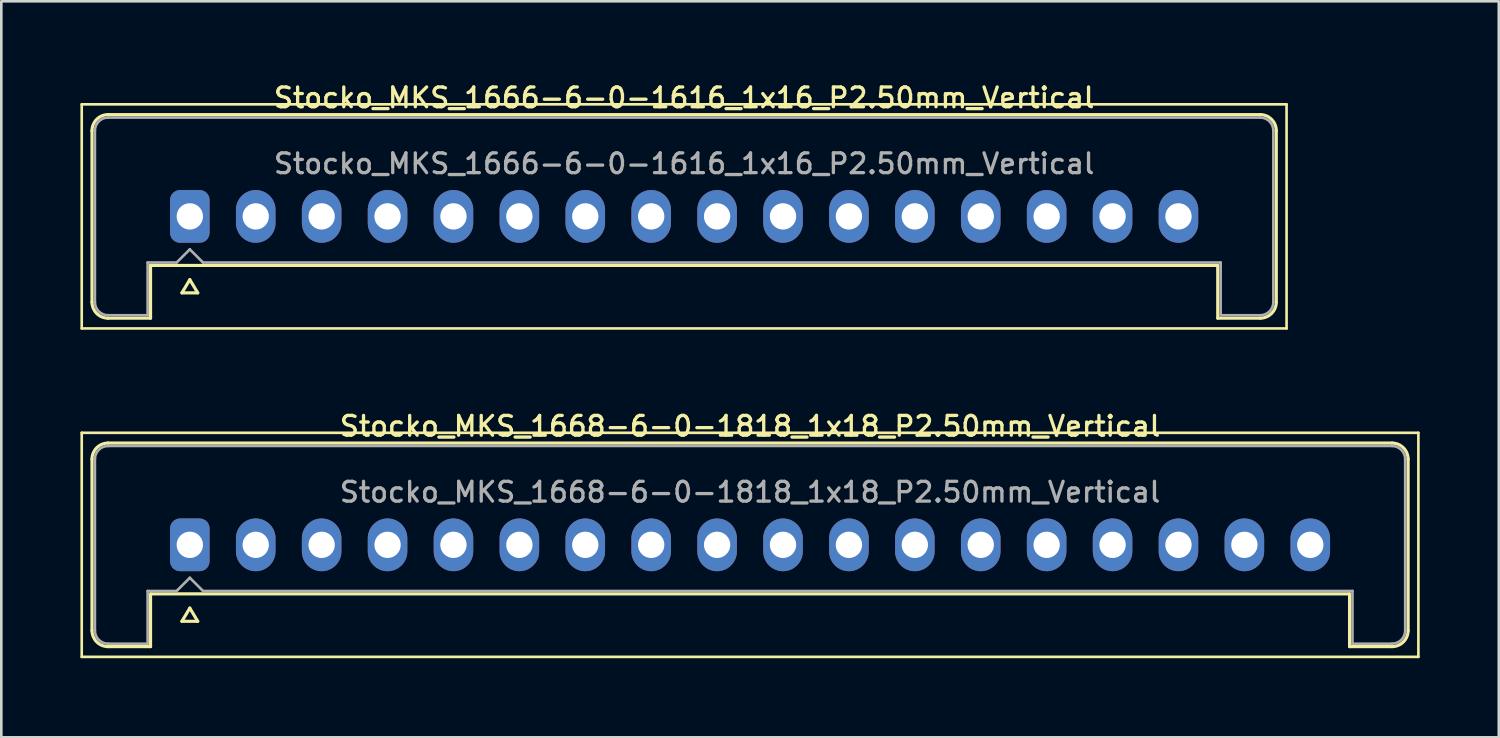
<source format=kicad_pcb>
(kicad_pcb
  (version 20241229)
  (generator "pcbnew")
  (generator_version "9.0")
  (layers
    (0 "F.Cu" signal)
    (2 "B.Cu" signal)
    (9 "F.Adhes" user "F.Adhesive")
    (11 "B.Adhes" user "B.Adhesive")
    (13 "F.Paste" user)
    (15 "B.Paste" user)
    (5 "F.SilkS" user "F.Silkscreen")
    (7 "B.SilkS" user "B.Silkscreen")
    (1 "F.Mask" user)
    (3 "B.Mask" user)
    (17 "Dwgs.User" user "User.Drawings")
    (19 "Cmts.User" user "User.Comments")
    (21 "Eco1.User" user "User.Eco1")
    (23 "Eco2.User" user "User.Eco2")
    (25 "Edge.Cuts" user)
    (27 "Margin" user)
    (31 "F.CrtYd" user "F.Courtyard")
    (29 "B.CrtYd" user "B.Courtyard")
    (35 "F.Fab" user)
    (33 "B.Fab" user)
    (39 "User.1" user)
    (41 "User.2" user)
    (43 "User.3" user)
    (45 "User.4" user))
  (footprint "Stocko_MKS_1668-6-0-1818_1x18_P2.50mm_Vertical"
    (layer "F.Cu")
    (at 4.15 17.616)
    (property "Reference" "Stocko_MKS_1668-6-0-1818_1x18_P2.50mm_Vertical" (at 21.25 -4.5 0) (layer "F.SilkS") (effects (font (size 0.75 0.75) (thickness 0.125))))
    (attr through_hole)
    (fp_line (start -4.1 -4.25) (end -4.1 4.25) (stroke (width 0.1) (type solid)) (layer "F.SilkS"))
    (fp_line (start -4.1 4.25) (end 46.6 4.25) (stroke (width 0.1) (type solid)) (layer "F.SilkS"))
    (fp_line (start -3.71 -3.25) (end -3.71 3.25) (stroke (width 0.12) (type solid)) (layer "F.SilkS"))
    (fp_line (start -3.1 -3.86) (end 45.6 -3.86) (stroke (width 0.12) (type solid)) (layer "F.SilkS"))
    (fp_line (start -3.1 3.86) (end -1.49 3.86) (stroke (width 0.12) (type solid)) (layer "F.SilkS"))
    (fp_line (start -1.49 1.86) (end 43.99 1.86) (stroke (width 0.12) (type solid)) (layer "F.SilkS"))
    (fp_line (start -1.49 3.86) (end -1.49 1.86) (stroke (width 0.12) (type solid)) (layer "F.SilkS"))
    (fp_line (start -0.3 2.9) (end 0.3 2.9) (stroke (width 0.12) (type solid)) (layer "F.SilkS"))
    (fp_line (start 0 2.4) (end -0.3 2.9) (stroke (width 0.12) (type solid)) (layer "F.SilkS"))
    (fp_line (start 0.3 2.9) (end 0 2.4) (stroke (width 0.12) (type solid)) (layer "F.SilkS"))
    (fp_line (start 43.99 3.86) (end 43.99 1.86) (stroke (width 0.12) (type solid)) (layer "F.SilkS"))
    (fp_line (start 45.6 3.86) (end 43.99 3.86) (stroke (width 0.12) (type solid)) (layer "F.SilkS"))
    (fp_line (start 46.21 -3.25) (end 46.21 3.25) (stroke (width 0.12) (type solid)) (layer "F.SilkS"))
    (fp_line (start 46.6 -4.25) (end -4.1 -4.25) (stroke (width 0.1) (type solid)) (layer "F.SilkS"))
    (fp_line (start 46.6 4.25) (end 46.6 -4.25) (stroke (width 0.1) (type solid)) (layer "F.SilkS"))
    (fp_arc (start -3.71 -3.25) (mid -3.531335 -3.681335) (end -3.1 -3.86) (stroke (width 0.12) (type solid)) (layer "F.SilkS"))
    (fp_arc (start -3.1 3.86) (mid -3.531335 3.681335) (end -3.71 3.25) (stroke (width 0.12) (type solid)) (layer "F.SilkS"))
    (fp_arc (start 45.6 -3.86) (mid 46.031335 -3.681335) (end 46.21 -3.25) (stroke (width 0.12) (type solid)) (layer "F.SilkS"))
    (fp_arc (start 46.21 3.25) (mid 46.031335 3.681335) (end 45.6 3.86) (stroke (width 0.12) (type solid)) (layer "F.SilkS"))
    (fp_line (start -3.6 -3.25) (end -3.6 3.25) (stroke (width 0.1) (type solid)) (layer "F.Fab"))
    (fp_line (start -3.1 -3.75) (end 45.6 -3.75) (stroke (width 0.1) (type solid)) (layer "F.Fab"))
    (fp_line (start -3.1 3.75) (end -1.6 3.75) (stroke (width 0.1) (type solid)) (layer "F.Fab"))
    (fp_line (start -1.6 1.75) (end -0.5 1.75) (stroke (width 0.1) (type solid)) (layer "F.Fab"))
    (fp_line (start -1.6 3.75) (end -1.6 1.75) (stroke (width 0.1) (type solid)) (layer "F.Fab"))
    (fp_line (start -0.5 1.75) (end 0 1.25) (stroke (width 0.1) (type solid)) (layer "F.Fab"))
    (fp_line (start 0 1.25) (end 0.5 1.75) (stroke (width 0.1) (type solid)) (layer "F.Fab"))
    (fp_line (start 0.5 1.75) (end 44.1 1.75) (stroke (width 0.1) (type solid)) (layer "F.Fab"))
    (fp_line (start 44.1 3.75) (end 44.1 1.75) (stroke (width 0.1) (type solid)) (layer "F.Fab"))
    (fp_line (start 45.6 3.75) (end 44.1 3.75) (stroke (width 0.1) (type solid)) (layer "F.Fab"))
    (fp_line (start 46.1 -3.25) (end 46.1 3.25) (stroke (width 0.1) (type solid)) (layer "F.Fab"))
    (fp_arc (start -3.6 -3.25) (mid -3.453553 -3.603553) (end -3.1 -3.75) (stroke (width 0.1) (type solid)) (layer "F.Fab"))
    (fp_arc (start -3.1 3.75) (mid -3.453553 3.603553) (end -3.6 3.25) (stroke (width 0.1) (type solid)) (layer "F.Fab"))
    (fp_arc (start 45.6 -3.75) (mid 45.953553 -3.603553) (end 46.1 -3.25) (stroke (width 0.1) (type solid)) (layer "F.Fab"))
    (fp_arc (start 46.1 3.25) (mid 45.953553 3.603553) (end 45.6 3.75) (stroke (width 0.1) (type solid)) (layer "F.Fab"))
    (fp_text user "${REFERENCE}" (at 21.25 -2 0) (layer "F.Fab") (effects (font (size 0.75 0.75) (thickness 0.125))))
    (pad "1" thru_hole roundrect (at 0 0) (size 1.5 2) (drill 1) (layers "*.Cu" "*.Mask") (roundrect_rratio 0.25))
    (pad "2" thru_hole oval (at 2.5 0) (size 1.5 2) (drill 1) (layers "*.Cu" "*.Mask"))
    (pad "3" thru_hole oval (at 5 0) (size 1.5 2) (drill 1) (layers "*.Cu" "*.Mask"))
    (pad "4" thru_hole oval (at 7.5 0) (size 1.5 2) (drill 1) (layers "*.Cu" "*.Mask"))
    (pad "5" thru_hole oval (at 10 0) (size 1.5 2) (drill 1) (layers "*.Cu" "*.Mask"))
    (pad "6" thru_hole oval (at 12.5 0) (size 1.5 2) (drill 1) (layers "*.Cu" "*.Mask"))
    (pad "7" thru_hole oval (at 15 0) (size 1.5 2) (drill 1) (layers "*.Cu" "*.Mask"))
    (pad "8" thru_hole oval (at 17.5 0) (size 1.5 2) (drill 1) (layers "*.Cu" "*.Mask"))
    (pad "9" thru_hole oval (at 20 0) (size 1.5 2) (drill 1) (layers "*.Cu" "*.Mask"))
    (pad "10" thru_hole oval (at 22.5 0) (size 1.5 2) (drill 1) (layers "*.Cu" "*.Mask"))
    (pad "11" thru_hole oval (at 25 0) (size 1.5 2) (drill 1) (layers "*.Cu" "*.Mask"))
    (pad "12" thru_hole oval (at 27.5 0) (size 1.5 2) (drill 1) (layers "*.Cu" "*.Mask"))
    (pad "13" thru_hole oval (at 30 0) (size 1.5 2) (drill 1) (layers "*.Cu" "*.Mask"))
    (pad "14" thru_hole oval (at 32.5 0) (size 1.5 2) (drill 1) (layers "*.Cu" "*.Mask"))
    (pad "15" thru_hole oval (at 35 0) (size 1.5 2) (drill 1) (layers "*.Cu" "*.Mask"))
    (pad "16" thru_hole oval (at 37.5 0) (size 1.5 2) (drill 1) (layers "*.Cu" "*.Mask"))
    (pad "17" thru_hole oval (at 40 0) (size 1.5 2) (drill 1) (layers "*.Cu" "*.Mask"))
    (pad "18" thru_hole oval (at 42.5 0) (size 1.5 2) (drill 1) (layers "*.Cu" "*.Mask")))
  (footprint "Stocko_MKS_1666-6-0-1616_1x16_P2.50mm_Vertical"
    (layer "F.Cu")
    (at 4.15 5.158)
    (property "Reference" "Stocko_MKS_1666-6-0-1616_1x16_P2.50mm_Vertical" (at 18.75 -4.5 0) (layer "F.SilkS") (effects (font (size 0.75 0.75) (thickness 0.125))))
    (attr through_hole)
    (fp_line (start -4.1 -4.25) (end -4.1 4.25) (stroke (width 0.1) (type solid)) (layer "F.SilkS"))
    (fp_line (start -4.1 4.25) (end 41.6 4.25) (stroke (width 0.1) (type solid)) (layer "F.SilkS"))
    (fp_line (start -3.71 -3.25) (end -3.71 3.25) (stroke (width 0.12) (type solid)) (layer "F.SilkS"))
    (fp_line (start -3.1 -3.86) (end 40.6 -3.86) (stroke (width 0.12) (type solid)) (layer "F.SilkS"))
    (fp_line (start -3.1 3.86) (end -1.49 3.86) (stroke (width 0.12) (type solid)) (layer "F.SilkS"))
    (fp_line (start -1.49 1.86) (end 38.99 1.86) (stroke (width 0.12) (type solid)) (layer "F.SilkS"))
    (fp_line (start -1.49 3.86) (end -1.49 1.86) (stroke (width 0.12) (type solid)) (layer "F.SilkS"))
    (fp_line (start -0.3 2.9) (end 0.3 2.9) (stroke (width 0.12) (type solid)) (layer "F.SilkS"))
    (fp_line (start 0 2.4) (end -0.3 2.9) (stroke (width 0.12) (type solid)) (layer "F.SilkS"))
    (fp_line (start 0.3 2.9) (end 0 2.4) (stroke (width 0.12) (type solid)) (layer "F.SilkS"))
    (fp_line (start 38.99 3.86) (end 38.99 1.86) (stroke (width 0.12) (type solid)) (layer "F.SilkS"))
    (fp_line (start 40.6 3.86) (end 38.99 3.86) (stroke (width 0.12) (type solid)) (layer "F.SilkS"))
    (fp_line (start 41.21 -3.25) (end 41.21 3.25) (stroke (width 0.12) (type solid)) (layer "F.SilkS"))
    (fp_line (start 41.6 -4.25) (end -4.1 -4.25) (stroke (width 0.1) (type solid)) (layer "F.SilkS"))
    (fp_line (start 41.6 4.25) (end 41.6 -4.25) (stroke (width 0.1) (type solid)) (layer "F.SilkS"))
    (fp_arc (start -3.71 -3.25) (mid -3.531335 -3.681335) (end -3.1 -3.86) (stroke (width 0.12) (type solid)) (layer "F.SilkS"))
    (fp_arc (start -3.1 3.86) (mid -3.531335 3.681335) (end -3.71 3.25) (stroke (width 0.12) (type solid)) (layer "F.SilkS"))
    (fp_arc (start 40.6 -3.86) (mid 41.031335 -3.681335) (end 41.21 -3.25) (stroke (width 0.12) (type solid)) (layer "F.SilkS"))
    (fp_arc (start 41.21 3.25) (mid 41.031335 3.681335) (end 40.6 3.86) (stroke (width 0.12) (type solid)) (layer "F.SilkS"))
    (fp_line (start -3.6 -3.25) (end -3.6 3.25) (stroke (width 0.1) (type solid)) (layer "F.Fab"))
    (fp_line (start -3.1 -3.75) (end 40.6 -3.75) (stroke (width 0.1) (type solid)) (layer "F.Fab"))
    (fp_line (start -3.1 3.75) (end -1.6 3.75) (stroke (width 0.1) (type solid)) (layer "F.Fab"))
    (fp_line (start -1.6 1.75) (end -0.5 1.75) (stroke (width 0.1) (type solid)) (layer "F.Fab"))
    (fp_line (start -1.6 3.75) (end -1.6 1.75) (stroke (width 0.1) (type solid)) (layer "F.Fab"))
    (fp_line (start -0.5 1.75) (end 0 1.25) (stroke (width 0.1) (type solid)) (layer "F.Fab"))
    (fp_line (start 0 1.25) (end 0.5 1.75) (stroke (width 0.1) (type solid)) (layer "F.Fab"))
    (fp_line (start 0.5 1.75) (end 39.1 1.75) (stroke (width 0.1) (type solid)) (layer "F.Fab"))
    (fp_line (start 39.1 3.75) (end 39.1 1.75) (stroke (width 0.1) (type solid)) (layer "F.Fab"))
    (fp_line (start 40.6 3.75) (end 39.1 3.75) (stroke (width 0.1) (type solid)) (layer "F.Fab"))
    (fp_line (start 41.1 -3.25) (end 41.1 3.25) (stroke (width 0.1) (type solid)) (layer "F.Fab"))
    (fp_arc (start -3.6 -3.25) (mid -3.453553 -3.603553) (end -3.1 -3.75) (stroke (width 0.1) (type solid)) (layer "F.Fab"))
    (fp_arc (start -3.1 3.75) (mid -3.453553 3.603553) (end -3.6 3.25) (stroke (width 0.1) (type solid)) (layer "F.Fab"))
    (fp_arc (start 40.6 -3.75) (mid 40.953553 -3.603553) (end 41.1 -3.25) (stroke (width 0.1) (type solid)) (layer "F.Fab"))
    (fp_arc (start 41.1 3.25) (mid 40.953553 3.603553) (end 40.6 3.75) (stroke (width 0.1) (type solid)) (layer "F.Fab"))
    (fp_text user "${REFERENCE}" (at 18.75 -2 0) (layer "F.Fab") (effects (font (size 0.75 0.75) (thickness 0.125))))
    (pad "1" thru_hole roundrect (at 0 0) (size 1.5 2) (drill 1) (layers "*.Cu" "*.Mask") (roundrect_rratio 0.25))
    (pad "2" thru_hole oval (at 2.5 0) (size 1.5 2) (drill 1) (layers "*.Cu" "*.Mask"))
    (pad "3" thru_hole oval (at 5 0) (size 1.5 2) (drill 1) (layers "*.Cu" "*.Mask"))
    (pad "4" thru_hole oval (at 7.5 0) (size 1.5 2) (drill 1) (layers "*.Cu" "*.Mask"))
    (pad "5" thru_hole oval (at 10 0) (size 1.5 2) (drill 1) (layers "*.Cu" "*.Mask"))
    (pad "6" thru_hole oval (at 12.5 0) (size 1.5 2) (drill 1) (layers "*.Cu" "*.Mask"))
    (pad "7" thru_hole oval (at 15 0) (size 1.5 2) (drill 1) (layers "*.Cu" "*.Mask"))
    (pad "8" thru_hole oval (at 17.5 0) (size 1.5 2) (drill 1) (layers "*.Cu" "*.Mask"))
    (pad "9" thru_hole oval (at 20 0) (size 1.5 2) (drill 1) (layers "*.Cu" "*.Mask"))
    (pad "10" thru_hole oval (at 22.5 0) (size 1.5 2) (drill 1) (layers "*.Cu" "*.Mask"))
    (pad "11" thru_hole oval (at 25 0) (size 1.5 2) (drill 1) (layers "*.Cu" "*.Mask"))
    (pad "12" thru_hole oval (at 27.5 0) (size 1.5 2) (drill 1) (layers "*.Cu" "*.Mask"))
    (pad "13" thru_hole oval (at 30 0) (size 1.5 2) (drill 1) (layers "*.Cu" "*.Mask"))
    (pad "14" thru_hole oval (at 32.5 0) (size 1.5 2) (drill 1) (layers "*.Cu" "*.Mask"))
    (pad "15" thru_hole oval (at 35 0) (size 1.5 2) (drill 1) (layers "*.Cu" "*.Mask"))
    (pad "16" thru_hole oval (at 37.5 0) (size 1.5 2) (drill 1) (layers "*.Cu" "*.Mask")))
  (gr_rect
    (start -3 -3)
    (end 53.8 24.916)
    (stroke (width 0.1) (type default))
    (fill no)
    (layer "Edge.Cuts")))
</source>
